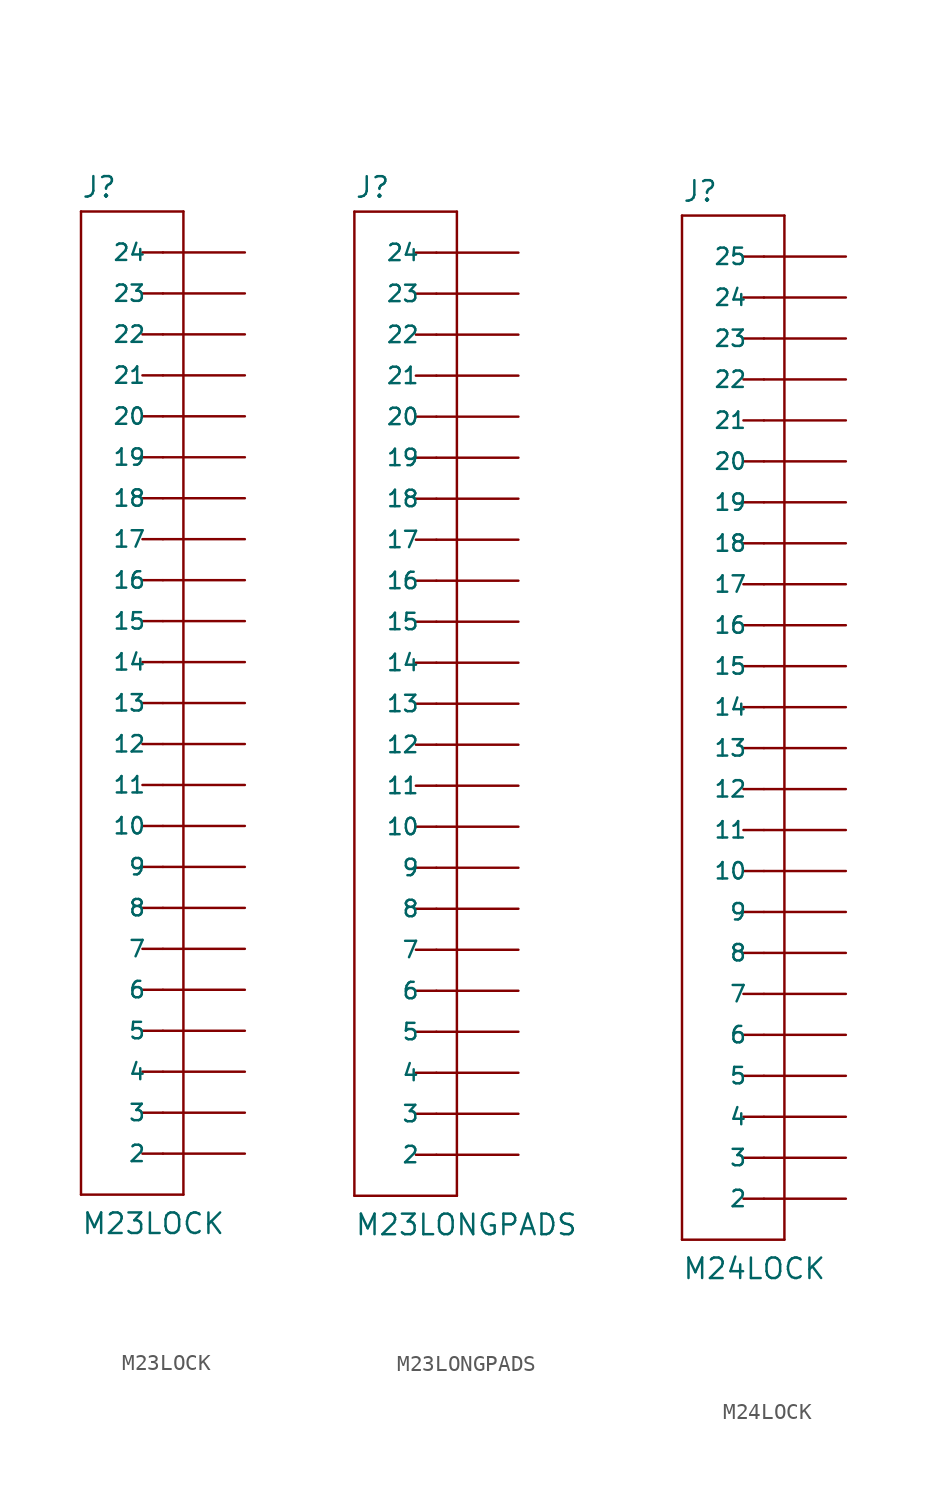
<source format=kicad_sym>
(kicad_symbol_lib
  (version 20211014)
  (generator kicad_symbol_editor)
  (symbol "M23LOCK"
    (pin_numbers hide)
    (pin_names
      (offset 1.016))
    (property "Reference" "J"
      (at -2.54 28.702 0)
      (effects (font (size 1.27 1.27)) (justify left bottom)))
    (property "Value" "M23LOCK"
      (at -2.54 -35.56 0)
      (effects (font (size 1.27 1.27)) (justify left bottom)))
    (property "Datasheet" ""
      (at 0 0 0)
      (effects (font (size 1.524 1.524))))
    (property "ki_locked" ""
      (at 0 0 0)
      (effects (font (size 1.27 1.27))))
    (symbol "M23LOCK_1_0"
      (polyline (pts (xy -2.54 27.94) (xy -2.54 -33.02)) (stroke (width 0) (type default) (color 0 0 0 0)) (fill (type none)))
      (polyline (pts (xy -2.54 27.94) (xy 3.81 27.94)) (stroke (width 0) (type default) (color 0 0 0 0)) (fill (type none)))
      (polyline (pts (xy 1.27 -30.48) (xy 2.54 -30.48)) (stroke (width 0) (type default) (color 0 0 0 0)) (fill (type none)))
      (polyline (pts (xy 1.27 -27.94) (xy 2.54 -27.94)) (stroke (width 0) (type default) (color 0 0 0 0)) (fill (type none)))
      (polyline (pts (xy 1.27 -25.4) (xy 2.54 -25.4)) (stroke (width 0) (type default) (color 0 0 0 0)) (fill (type none)))
      (polyline (pts (xy 1.27 -22.86) (xy 2.54 -22.86)) (stroke (width 0) (type default) (color 0 0 0 0)) (fill (type none)))
      (polyline (pts (xy 1.27 -20.32) (xy 2.54 -20.32)) (stroke (width 0) (type default) (color 0 0 0 0)) (fill (type none)))
      (polyline (pts (xy 1.27 -17.78) (xy 2.54 -17.78)) (stroke (width 0) (type default) (color 0 0 0 0)) (fill (type none)))
      (polyline (pts (xy 1.27 -15.24) (xy 2.54 -15.24)) (stroke (width 0) (type default) (color 0 0 0 0)) (fill (type none)))
      (polyline (pts (xy 1.27 -12.7) (xy 2.54 -12.7)) (stroke (width 0) (type default) (color 0 0 0 0)) (fill (type none)))
      (polyline (pts (xy 1.27 -10.16) (xy 2.54 -10.16)) (stroke (width 0) (type default) (color 0 0 0 0)) (fill (type none)))
      (polyline (pts (xy 1.27 -7.62) (xy 2.54 -7.62)) (stroke (width 0) (type default) (color 0 0 0 0)) (fill (type none)))
      (polyline (pts (xy 1.27 -5.08) (xy 2.54 -5.08)) (stroke (width 0) (type default) (color 0 0 0 0)) (fill (type none)))
      (polyline (pts (xy 1.27 -2.54) (xy 2.54 -2.54)) (stroke (width 0) (type default) (color 0 0 0 0)) (fill (type none)))
      (polyline (pts (xy 1.27 0) (xy 2.54 0)) (stroke (width 0) (type default) (color 0 0 0 0)) (fill (type none)))
      (polyline (pts (xy 1.27 2.54) (xy 2.54 2.54)) (stroke (width 0) (type default) (color 0 0 0 0)) (fill (type none)))
      (polyline (pts (xy 1.27 5.08) (xy 2.54 5.08)) (stroke (width 0) (type default) (color 0 0 0 0)) (fill (type none)))
      (polyline (pts (xy 1.27 7.62) (xy 2.54 7.62)) (stroke (width 0) (type default) (color 0 0 0 0)) (fill (type none)))
      (polyline (pts (xy 1.27 10.16) (xy 2.54 10.16)) (stroke (width 0) (type default) (color 0 0 0 0)) (fill (type none)))
      (polyline (pts (xy 1.27 12.7) (xy 2.54 12.7)) (stroke (width 0) (type default) (color 0 0 0 0)) (fill (type none)))
      (polyline (pts (xy 1.27 15.24) (xy 2.54 15.24)) (stroke (width 0) (type default) (color 0 0 0 0)) (fill (type none)))
      (polyline (pts (xy 1.27 17.78) (xy 2.54 17.78)) (stroke (width 0) (type default) (color 0 0 0 0)) (fill (type none)))
      (polyline (pts (xy 1.27 20.32) (xy 2.54 20.32)) (stroke (width 0) (type default) (color 0 0 0 0)) (fill (type none)))
      (polyline (pts (xy 1.27 22.86) (xy 2.54 22.86)) (stroke (width 0) (type default) (color 0 0 0 0)) (fill (type none)))
      (polyline (pts (xy 1.27 25.4) (xy 2.54 25.4)) (stroke (width 0) (type default) (color 0 0 0 0)) (fill (type none)))
      (polyline (pts (xy 3.81 -33.02) (xy -2.54 -33.02)) (stroke (width 0) (type default) (color 0 0 0 0)) (fill (type none)))
      (polyline (pts (xy 3.81 -33.02) (xy 3.81 27.94)) (stroke (width 0) (type default) (color 0 0 0 0)) (fill (type none))))
    (symbol "M23LOCK_1_1"
      (pin passive line (at 7.62 -10.16 180) (length 5.08) (name "10" (effects (font (size 1.016 1.016)))) (number "10" (effects (font (size 1.016 1.016)))))
      (pin passive line (at 7.62 -7.62 180) (length 5.08) (name "11" (effects (font (size 1.016 1.016)))) (number "11" (effects (font (size 1.016 1.016)))))
      (pin passive line (at 7.62 -5.08 180) (length 5.08) (name "12" (effects (font (size 1.016 1.016)))) (number "12" (effects (font (size 1.016 1.016)))))
      (pin passive line (at 7.62 -2.54 180) (length 5.08) (name "13" (effects (font (size 1.016 1.016)))) (number "13" (effects (font (size 1.016 1.016)))))
      (pin passive line (at 7.62 0 180) (length 5.08) (name "14" (effects (font (size 1.016 1.016)))) (number "14" (effects (font (size 1.016 1.016)))))
      (pin passive line (at 7.62 2.54 180) (length 5.08) (name "15" (effects (font (size 1.016 1.016)))) (number "15" (effects (font (size 1.016 1.016)))))
      (pin passive line (at 7.62 5.08 180) (length 5.08) (name "16" (effects (font (size 1.016 1.016)))) (number "16" (effects (font (size 1.016 1.016)))))
      (pin passive line (at 7.62 7.62 180) (length 5.08) (name "17" (effects (font (size 1.016 1.016)))) (number "17" (effects (font (size 1.016 1.016)))))
      (pin passive line (at 7.62 10.16 180) (length 5.08) (name "18" (effects (font (size 1.016 1.016)))) (number "18" (effects (font (size 1.016 1.016)))))
      (pin passive line (at 7.62 12.7 180) (length 5.08) (name "19" (effects (font (size 1.016 1.016)))) (number "19" (effects (font (size 1.016 1.016)))))
      (pin passive line (at 7.62 -30.48 180) (length 5.08) (name "2" (effects (font (size 1.016 1.016)))) (number "2" (effects (font (size 1.016 1.016)))))
      (pin passive line (at 7.62 15.24 180) (length 5.08) (name "20" (effects (font (size 1.016 1.016)))) (number "20" (effects (font (size 1.016 1.016)))))
      (pin passive line (at 7.62 17.78 180) (length 5.08) (name "21" (effects (font (size 1.016 1.016)))) (number "21" (effects (font (size 1.016 1.016)))))
      (pin passive line (at 7.62 20.32 180) (length 5.08) (name "22" (effects (font (size 1.016 1.016)))) (number "22" (effects (font (size 1.016 1.016)))))
      (pin passive line (at 7.62 22.86 180) (length 5.08) (name "23" (effects (font (size 1.016 1.016)))) (number "23" (effects (font (size 1.016 1.016)))))
      (pin passive line (at 7.62 25.4 180) (length 5.08) (name "24" (effects (font (size 1.016 1.016)))) (number "24" (effects (font (size 1.016 1.016)))))
      (pin passive line (at 7.62 -27.94 180) (length 5.08) (name "3" (effects (font (size 1.016 1.016)))) (number "3" (effects (font (size 1.016 1.016)))))
      (pin passive line (at 7.62 -25.4 180) (length 5.08) (name "4" (effects (font (size 1.016 1.016)))) (number "4" (effects (font (size 1.016 1.016)))))
      (pin passive line (at 7.62 -22.86 180) (length 5.08) (name "5" (effects (font (size 1.016 1.016)))) (number "5" (effects (font (size 1.016 1.016)))))
      (pin passive line (at 7.62 -20.32 180) (length 5.08) (name "6" (effects (font (size 1.016 1.016)))) (number "6" (effects (font (size 1.016 1.016)))))
      (pin passive line (at 7.62 -17.78 180) (length 5.08) (name "7" (effects (font (size 1.016 1.016)))) (number "7" (effects (font (size 1.016 1.016)))))
      (pin passive line (at 7.62 -15.24 180) (length 5.08) (name "8" (effects (font (size 1.016 1.016)))) (number "8" (effects (font (size 1.016 1.016)))))
      (pin passive line (at 7.62 -12.7 180) (length 5.08) (name "9" (effects (font (size 1.016 1.016)))) (number "9" (effects (font (size 1.016 1.016)))))))
  (symbol "M23LONGPADS"
    (pin_numbers hide)
    (pin_names
      (offset 1.016))
    (property "Reference" "J"
      (at -2.54 28.702 0)
      (effects (font (size 1.27 1.27)) (justify left bottom)))
    (property "Value" "M23LONGPADS"
      (at -2.54 -35.56 0)
      (effects (font (size 1.27 1.27)) (justify left bottom)))
    (property "Datasheet" ""
      (at 0 0 0)
      (effects (font (size 1.524 1.524))))
    (property "ki_locked" ""
      (at 0 0 0)
      (effects (font (size 1.27 1.27))))
    (symbol "M23LONGPADS_1_0"
      (polyline (pts (xy -2.54 27.94) (xy -2.54 -33.02)) (stroke (width 0) (type default) (color 0 0 0 0)) (fill (type none)))
      (polyline (pts (xy -2.54 27.94) (xy 3.81 27.94)) (stroke (width 0) (type default) (color 0 0 0 0)) (fill (type none)))
      (polyline (pts (xy 1.27 -30.48) (xy 2.54 -30.48)) (stroke (width 0) (type default) (color 0 0 0 0)) (fill (type none)))
      (polyline (pts (xy 1.27 -27.94) (xy 2.54 -27.94)) (stroke (width 0) (type default) (color 0 0 0 0)) (fill (type none)))
      (polyline (pts (xy 1.27 -25.4) (xy 2.54 -25.4)) (stroke (width 0) (type default) (color 0 0 0 0)) (fill (type none)))
      (polyline (pts (xy 1.27 -22.86) (xy 2.54 -22.86)) (stroke (width 0) (type default) (color 0 0 0 0)) (fill (type none)))
      (polyline (pts (xy 1.27 -20.32) (xy 2.54 -20.32)) (stroke (width 0) (type default) (color 0 0 0 0)) (fill (type none)))
      (polyline (pts (xy 1.27 -17.78) (xy 2.54 -17.78)) (stroke (width 0) (type default) (color 0 0 0 0)) (fill (type none)))
      (polyline (pts (xy 1.27 -15.24) (xy 2.54 -15.24)) (stroke (width 0) (type default) (color 0 0 0 0)) (fill (type none)))
      (polyline (pts (xy 1.27 -12.7) (xy 2.54 -12.7)) (stroke (width 0) (type default) (color 0 0 0 0)) (fill (type none)))
      (polyline (pts (xy 1.27 -10.16) (xy 2.54 -10.16)) (stroke (width 0) (type default) (color 0 0 0 0)) (fill (type none)))
      (polyline (pts (xy 1.27 -7.62) (xy 2.54 -7.62)) (stroke (width 0) (type default) (color 0 0 0 0)) (fill (type none)))
      (polyline (pts (xy 1.27 -5.08) (xy 2.54 -5.08)) (stroke (width 0) (type default) (color 0 0 0 0)) (fill (type none)))
      (polyline (pts (xy 1.27 -2.54) (xy 2.54 -2.54)) (stroke (width 0) (type default) (color 0 0 0 0)) (fill (type none)))
      (polyline (pts (xy 1.27 0) (xy 2.54 0)) (stroke (width 0) (type default) (color 0 0 0 0)) (fill (type none)))
      (polyline (pts (xy 1.27 2.54) (xy 2.54 2.54)) (stroke (width 0) (type default) (color 0 0 0 0)) (fill (type none)))
      (polyline (pts (xy 1.27 5.08) (xy 2.54 5.08)) (stroke (width 0) (type default) (color 0 0 0 0)) (fill (type none)))
      (polyline (pts (xy 1.27 7.62) (xy 2.54 7.62)) (stroke (width 0) (type default) (color 0 0 0 0)) (fill (type none)))
      (polyline (pts (xy 1.27 10.16) (xy 2.54 10.16)) (stroke (width 0) (type default) (color 0 0 0 0)) (fill (type none)))
      (polyline (pts (xy 1.27 12.7) (xy 2.54 12.7)) (stroke (width 0) (type default) (color 0 0 0 0)) (fill (type none)))
      (polyline (pts (xy 1.27 15.24) (xy 2.54 15.24)) (stroke (width 0) (type default) (color 0 0 0 0)) (fill (type none)))
      (polyline (pts (xy 1.27 17.78) (xy 2.54 17.78)) (stroke (width 0) (type default) (color 0 0 0 0)) (fill (type none)))
      (polyline (pts (xy 1.27 20.32) (xy 2.54 20.32)) (stroke (width 0) (type default) (color 0 0 0 0)) (fill (type none)))
      (polyline (pts (xy 1.27 22.86) (xy 2.54 22.86)) (stroke (width 0) (type default) (color 0 0 0 0)) (fill (type none)))
      (polyline (pts (xy 1.27 25.4) (xy 2.54 25.4)) (stroke (width 0) (type default) (color 0 0 0 0)) (fill (type none)))
      (polyline (pts (xy 3.81 -33.02) (xy -2.54 -33.02)) (stroke (width 0) (type default) (color 0 0 0 0)) (fill (type none)))
      (polyline (pts (xy 3.81 -33.02) (xy 3.81 27.94)) (stroke (width 0) (type default) (color 0 0 0 0)) (fill (type none))))
    (symbol "M23LONGPADS_1_1"
      (pin passive line (at 7.62 -10.16 180) (length 5.08) (name "10" (effects (font (size 1.016 1.016)))) (number "10" (effects (font (size 1.016 1.016)))))
      (pin passive line (at 7.62 -7.62 180) (length 5.08) (name "11" (effects (font (size 1.016 1.016)))) (number "11" (effects (font (size 1.016 1.016)))))
      (pin passive line (at 7.62 -5.08 180) (length 5.08) (name "12" (effects (font (size 1.016 1.016)))) (number "12" (effects (font (size 1.016 1.016)))))
      (pin passive line (at 7.62 -2.54 180) (length 5.08) (name "13" (effects (font (size 1.016 1.016)))) (number "13" (effects (font (size 1.016 1.016)))))
      (pin passive line (at 7.62 0 180) (length 5.08) (name "14" (effects (font (size 1.016 1.016)))) (number "14" (effects (font (size 1.016 1.016)))))
      (pin passive line (at 7.62 2.54 180) (length 5.08) (name "15" (effects (font (size 1.016 1.016)))) (number "15" (effects (font (size 1.016 1.016)))))
      (pin passive line (at 7.62 5.08 180) (length 5.08) (name "16" (effects (font (size 1.016 1.016)))) (number "16" (effects (font (size 1.016 1.016)))))
      (pin passive line (at 7.62 7.62 180) (length 5.08) (name "17" (effects (font (size 1.016 1.016)))) (number "17" (effects (font (size 1.016 1.016)))))
      (pin passive line (at 7.62 10.16 180) (length 5.08) (name "18" (effects (font (size 1.016 1.016)))) (number "18" (effects (font (size 1.016 1.016)))))
      (pin passive line (at 7.62 12.7 180) (length 5.08) (name "19" (effects (font (size 1.016 1.016)))) (number "19" (effects (font (size 1.016 1.016)))))
      (pin passive line (at 7.62 -30.48 180) (length 5.08) (name "2" (effects (font (size 1.016 1.016)))) (number "2" (effects (font (size 1.016 1.016)))))
      (pin passive line (at 7.62 15.24 180) (length 5.08) (name "20" (effects (font (size 1.016 1.016)))) (number "20" (effects (font (size 1.016 1.016)))))
      (pin passive line (at 7.62 17.78 180) (length 5.08) (name "21" (effects (font (size 1.016 1.016)))) (number "21" (effects (font (size 1.016 1.016)))))
      (pin passive line (at 7.62 20.32 180) (length 5.08) (name "22" (effects (font (size 1.016 1.016)))) (number "22" (effects (font (size 1.016 1.016)))))
      (pin passive line (at 7.62 22.86 180) (length 5.08) (name "23" (effects (font (size 1.016 1.016)))) (number "23" (effects (font (size 1.016 1.016)))))
      (pin passive line (at 7.62 25.4 180) (length 5.08) (name "24" (effects (font (size 1.016 1.016)))) (number "24" (effects (font (size 1.016 1.016)))))
      (pin passive line (at 7.62 -27.94 180) (length 5.08) (name "3" (effects (font (size 1.016 1.016)))) (number "3" (effects (font (size 1.016 1.016)))))
      (pin passive line (at 7.62 -25.4 180) (length 5.08) (name "4" (effects (font (size 1.016 1.016)))) (number "4" (effects (font (size 1.016 1.016)))))
      (pin passive line (at 7.62 -22.86 180) (length 5.08) (name "5" (effects (font (size 1.016 1.016)))) (number "5" (effects (font (size 1.016 1.016)))))
      (pin passive line (at 7.62 -20.32 180) (length 5.08) (name "6" (effects (font (size 1.016 1.016)))) (number "6" (effects (font (size 1.016 1.016)))))
      (pin passive line (at 7.62 -17.78 180) (length 5.08) (name "7" (effects (font (size 1.016 1.016)))) (number "7" (effects (font (size 1.016 1.016)))))
      (pin passive line (at 7.62 -15.24 180) (length 5.08) (name "8" (effects (font (size 1.016 1.016)))) (number "8" (effects (font (size 1.016 1.016)))))
      (pin passive line (at 7.62 -12.7 180) (length 5.08) (name "9" (effects (font (size 1.016 1.016)))) (number "9" (effects (font (size 1.016 1.016)))))))
  (symbol "M24LOCK"
    (pin_numbers hide)
    (pin_names
      (offset 1.016))
    (property "Reference" "J"
      (at -2.54 33.782 0)
      (effects (font (size 1.27 1.27)) (justify left bottom)))
    (property "Value" "M24LOCK"
      (at -2.54 -33.02 0)
      (effects (font (size 1.27 1.27)) (justify left bottom)))
    (property "Datasheet" ""
      (at 0 0 0)
      (effects (font (size 1.524 1.524))))
    (property "ki_locked" ""
      (at 0 0 0)
      (effects (font (size 1.27 1.27))))
    (symbol "M24LOCK_1_0"
      (polyline (pts (xy -2.54 33.02) (xy -2.54 -30.48)) (stroke (width 0) (type default) (color 0 0 0 0)) (fill (type none)))
      (polyline (pts (xy -2.54 33.02) (xy 3.81 33.02)) (stroke (width 0) (type default) (color 0 0 0 0)) (fill (type none)))
      (polyline (pts (xy 1.27 -27.94) (xy 2.54 -27.94)) (stroke (width 0) (type default) (color 0 0 0 0)) (fill (type none)))
      (polyline (pts (xy 1.27 -25.4) (xy 2.54 -25.4)) (stroke (width 0) (type default) (color 0 0 0 0)) (fill (type none)))
      (polyline (pts (xy 1.27 -22.86) (xy 2.54 -22.86)) (stroke (width 0) (type default) (color 0 0 0 0)) (fill (type none)))
      (polyline (pts (xy 1.27 -20.32) (xy 2.54 -20.32)) (stroke (width 0) (type default) (color 0 0 0 0)) (fill (type none)))
      (polyline (pts (xy 1.27 -17.78) (xy 2.54 -17.78)) (stroke (width 0) (type default) (color 0 0 0 0)) (fill (type none)))
      (polyline (pts (xy 1.27 -15.24) (xy 2.54 -15.24)) (stroke (width 0) (type default) (color 0 0 0 0)) (fill (type none)))
      (polyline (pts (xy 1.27 -12.7) (xy 2.54 -12.7)) (stroke (width 0) (type default) (color 0 0 0 0)) (fill (type none)))
      (polyline (pts (xy 1.27 -10.16) (xy 2.54 -10.16)) (stroke (width 0) (type default) (color 0 0 0 0)) (fill (type none)))
      (polyline (pts (xy 1.27 -7.62) (xy 2.54 -7.62)) (stroke (width 0) (type default) (color 0 0 0 0)) (fill (type none)))
      (polyline (pts (xy 1.27 -5.08) (xy 2.54 -5.08)) (stroke (width 0) (type default) (color 0 0 0 0)) (fill (type none)))
      (polyline (pts (xy 1.27 -2.54) (xy 2.54 -2.54)) (stroke (width 0) (type default) (color 0 0 0 0)) (fill (type none)))
      (polyline (pts (xy 1.27 0) (xy 2.54 0)) (stroke (width 0) (type default) (color 0 0 0 0)) (fill (type none)))
      (polyline (pts (xy 1.27 2.54) (xy 2.54 2.54)) (stroke (width 0) (type default) (color 0 0 0 0)) (fill (type none)))
      (polyline (pts (xy 1.27 5.08) (xy 2.54 5.08)) (stroke (width 0) (type default) (color 0 0 0 0)) (fill (type none)))
      (polyline (pts (xy 1.27 7.62) (xy 2.54 7.62)) (stroke (width 0) (type default) (color 0 0 0 0)) (fill (type none)))
      (polyline (pts (xy 1.27 10.16) (xy 2.54 10.16)) (stroke (width 0) (type default) (color 0 0 0 0)) (fill (type none)))
      (polyline (pts (xy 1.27 12.7) (xy 2.54 12.7)) (stroke (width 0) (type default) (color 0 0 0 0)) (fill (type none)))
      (polyline (pts (xy 1.27 15.24) (xy 2.54 15.24)) (stroke (width 0) (type default) (color 0 0 0 0)) (fill (type none)))
      (polyline (pts (xy 1.27 17.78) (xy 2.54 17.78)) (stroke (width 0) (type default) (color 0 0 0 0)) (fill (type none)))
      (polyline (pts (xy 1.27 20.32) (xy 2.54 20.32)) (stroke (width 0) (type default) (color 0 0 0 0)) (fill (type none)))
      (polyline (pts (xy 1.27 22.86) (xy 2.54 22.86)) (stroke (width 0) (type default) (color 0 0 0 0)) (fill (type none)))
      (polyline (pts (xy 1.27 25.4) (xy 2.54 25.4)) (stroke (width 0) (type default) (color 0 0 0 0)) (fill (type none)))
      (polyline (pts (xy 1.27 27.94) (xy 2.54 27.94)) (stroke (width 0) (type default) (color 0 0 0 0)) (fill (type none)))
      (polyline (pts (xy 1.27 30.48) (xy 2.54 30.48)) (stroke (width 0) (type default) (color 0 0 0 0)) (fill (type none)))
      (polyline (pts (xy 3.81 -30.48) (xy -2.54 -30.48)) (stroke (width 0) (type default) (color 0 0 0 0)) (fill (type none)))
      (polyline (pts (xy 3.81 -30.48) (xy 3.81 33.02)) (stroke (width 0) (type default) (color 0 0 0 0)) (fill (type none))))
    (symbol "M24LOCK_1_1"
      (pin passive line (at 7.62 -7.62 180) (length 5.08) (name "10" (effects (font (size 1.016 1.016)))) (number "10" (effects (font (size 1.016 1.016)))))
      (pin passive line (at 7.62 -5.08 180) (length 5.08) (name "11" (effects (font (size 1.016 1.016)))) (number "11" (effects (font (size 1.016 1.016)))))
      (pin passive line (at 7.62 -2.54 180) (length 5.08) (name "12" (effects (font (size 1.016 1.016)))) (number "12" (effects (font (size 1.016 1.016)))))
      (pin passive line (at 7.62 0 180) (length 5.08) (name "13" (effects (font (size 1.016 1.016)))) (number "13" (effects (font (size 1.016 1.016)))))
      (pin passive line (at 7.62 2.54 180) (length 5.08) (name "14" (effects (font (size 1.016 1.016)))) (number "14" (effects (font (size 1.016 1.016)))))
      (pin passive line (at 7.62 5.08 180) (length 5.08) (name "15" (effects (font (size 1.016 1.016)))) (number "15" (effects (font (size 1.016 1.016)))))
      (pin passive line (at 7.62 7.62 180) (length 5.08) (name "16" (effects (font (size 1.016 1.016)))) (number "16" (effects (font (size 1.016 1.016)))))
      (pin passive line (at 7.62 10.16 180) (length 5.08) (name "17" (effects (font (size 1.016 1.016)))) (number "17" (effects (font (size 1.016 1.016)))))
      (pin passive line (at 7.62 12.7 180) (length 5.08) (name "18" (effects (font (size 1.016 1.016)))) (number "18" (effects (font (size 1.016 1.016)))))
      (pin passive line (at 7.62 15.24 180) (length 5.08) (name "19" (effects (font (size 1.016 1.016)))) (number "19" (effects (font (size 1.016 1.016)))))
      (pin passive line (at 7.62 -27.94 180) (length 5.08) (name "2" (effects (font (size 1.016 1.016)))) (number "2" (effects (font (size 1.016 1.016)))))
      (pin passive line (at 7.62 17.78 180) (length 5.08) (name "20" (effects (font (size 1.016 1.016)))) (number "20" (effects (font (size 1.016 1.016)))))
      (pin passive line (at 7.62 20.32 180) (length 5.08) (name "21" (effects (font (size 1.016 1.016)))) (number "21" (effects (font (size 1.016 1.016)))))
      (pin passive line (at 7.62 22.86 180) (length 5.08) (name "22" (effects (font (size 1.016 1.016)))) (number "22" (effects (font (size 1.016 1.016)))))
      (pin passive line (at 7.62 25.4 180) (length 5.08) (name "23" (effects (font (size 1.016 1.016)))) (number "23" (effects (font (size 1.016 1.016)))))
      (pin passive line (at 7.62 27.94 180) (length 5.08) (name "24" (effects (font (size 1.016 1.016)))) (number "24" (effects (font (size 1.016 1.016)))))
      (pin passive line (at 7.62 30.48 180) (length 5.08) (name "25" (effects (font (size 1.016 1.016)))) (number "25" (effects (font (size 1.016 1.016)))))
      (pin passive line (at 7.62 -25.4 180) (length 5.08) (name "3" (effects (font (size 1.016 1.016)))) (number "3" (effects (font (size 1.016 1.016)))))
      (pin passive line (at 7.62 -22.86 180) (length 5.08) (name "4" (effects (font (size 1.016 1.016)))) (number "4" (effects (font (size 1.016 1.016)))))
      (pin passive line (at 7.62 -20.32 180) (length 5.08) (name "5" (effects (font (size 1.016 1.016)))) (number "5" (effects (font (size 1.016 1.016)))))
      (pin passive line (at 7.62 -17.78 180) (length 5.08) (name "6" (effects (font (size 1.016 1.016)))) (number "6" (effects (font (size 1.016 1.016)))))
      (pin passive line (at 7.62 -15.24 180) (length 5.08) (name "7" (effects (font (size 1.016 1.016)))) (number "7" (effects (font (size 1.016 1.016)))))
      (pin passive line (at 7.62 -12.7 180) (length 5.08) (name "8" (effects (font (size 1.016 1.016)))) (number "8" (effects (font (size 1.016 1.016)))))
      (pin passive line (at 7.62 -10.16 180) (length 5.08) (name "9" (effects (font (size 1.016 1.016)))) (number "9" (effects (font (size 1.016 1.016))))))))
</source>
